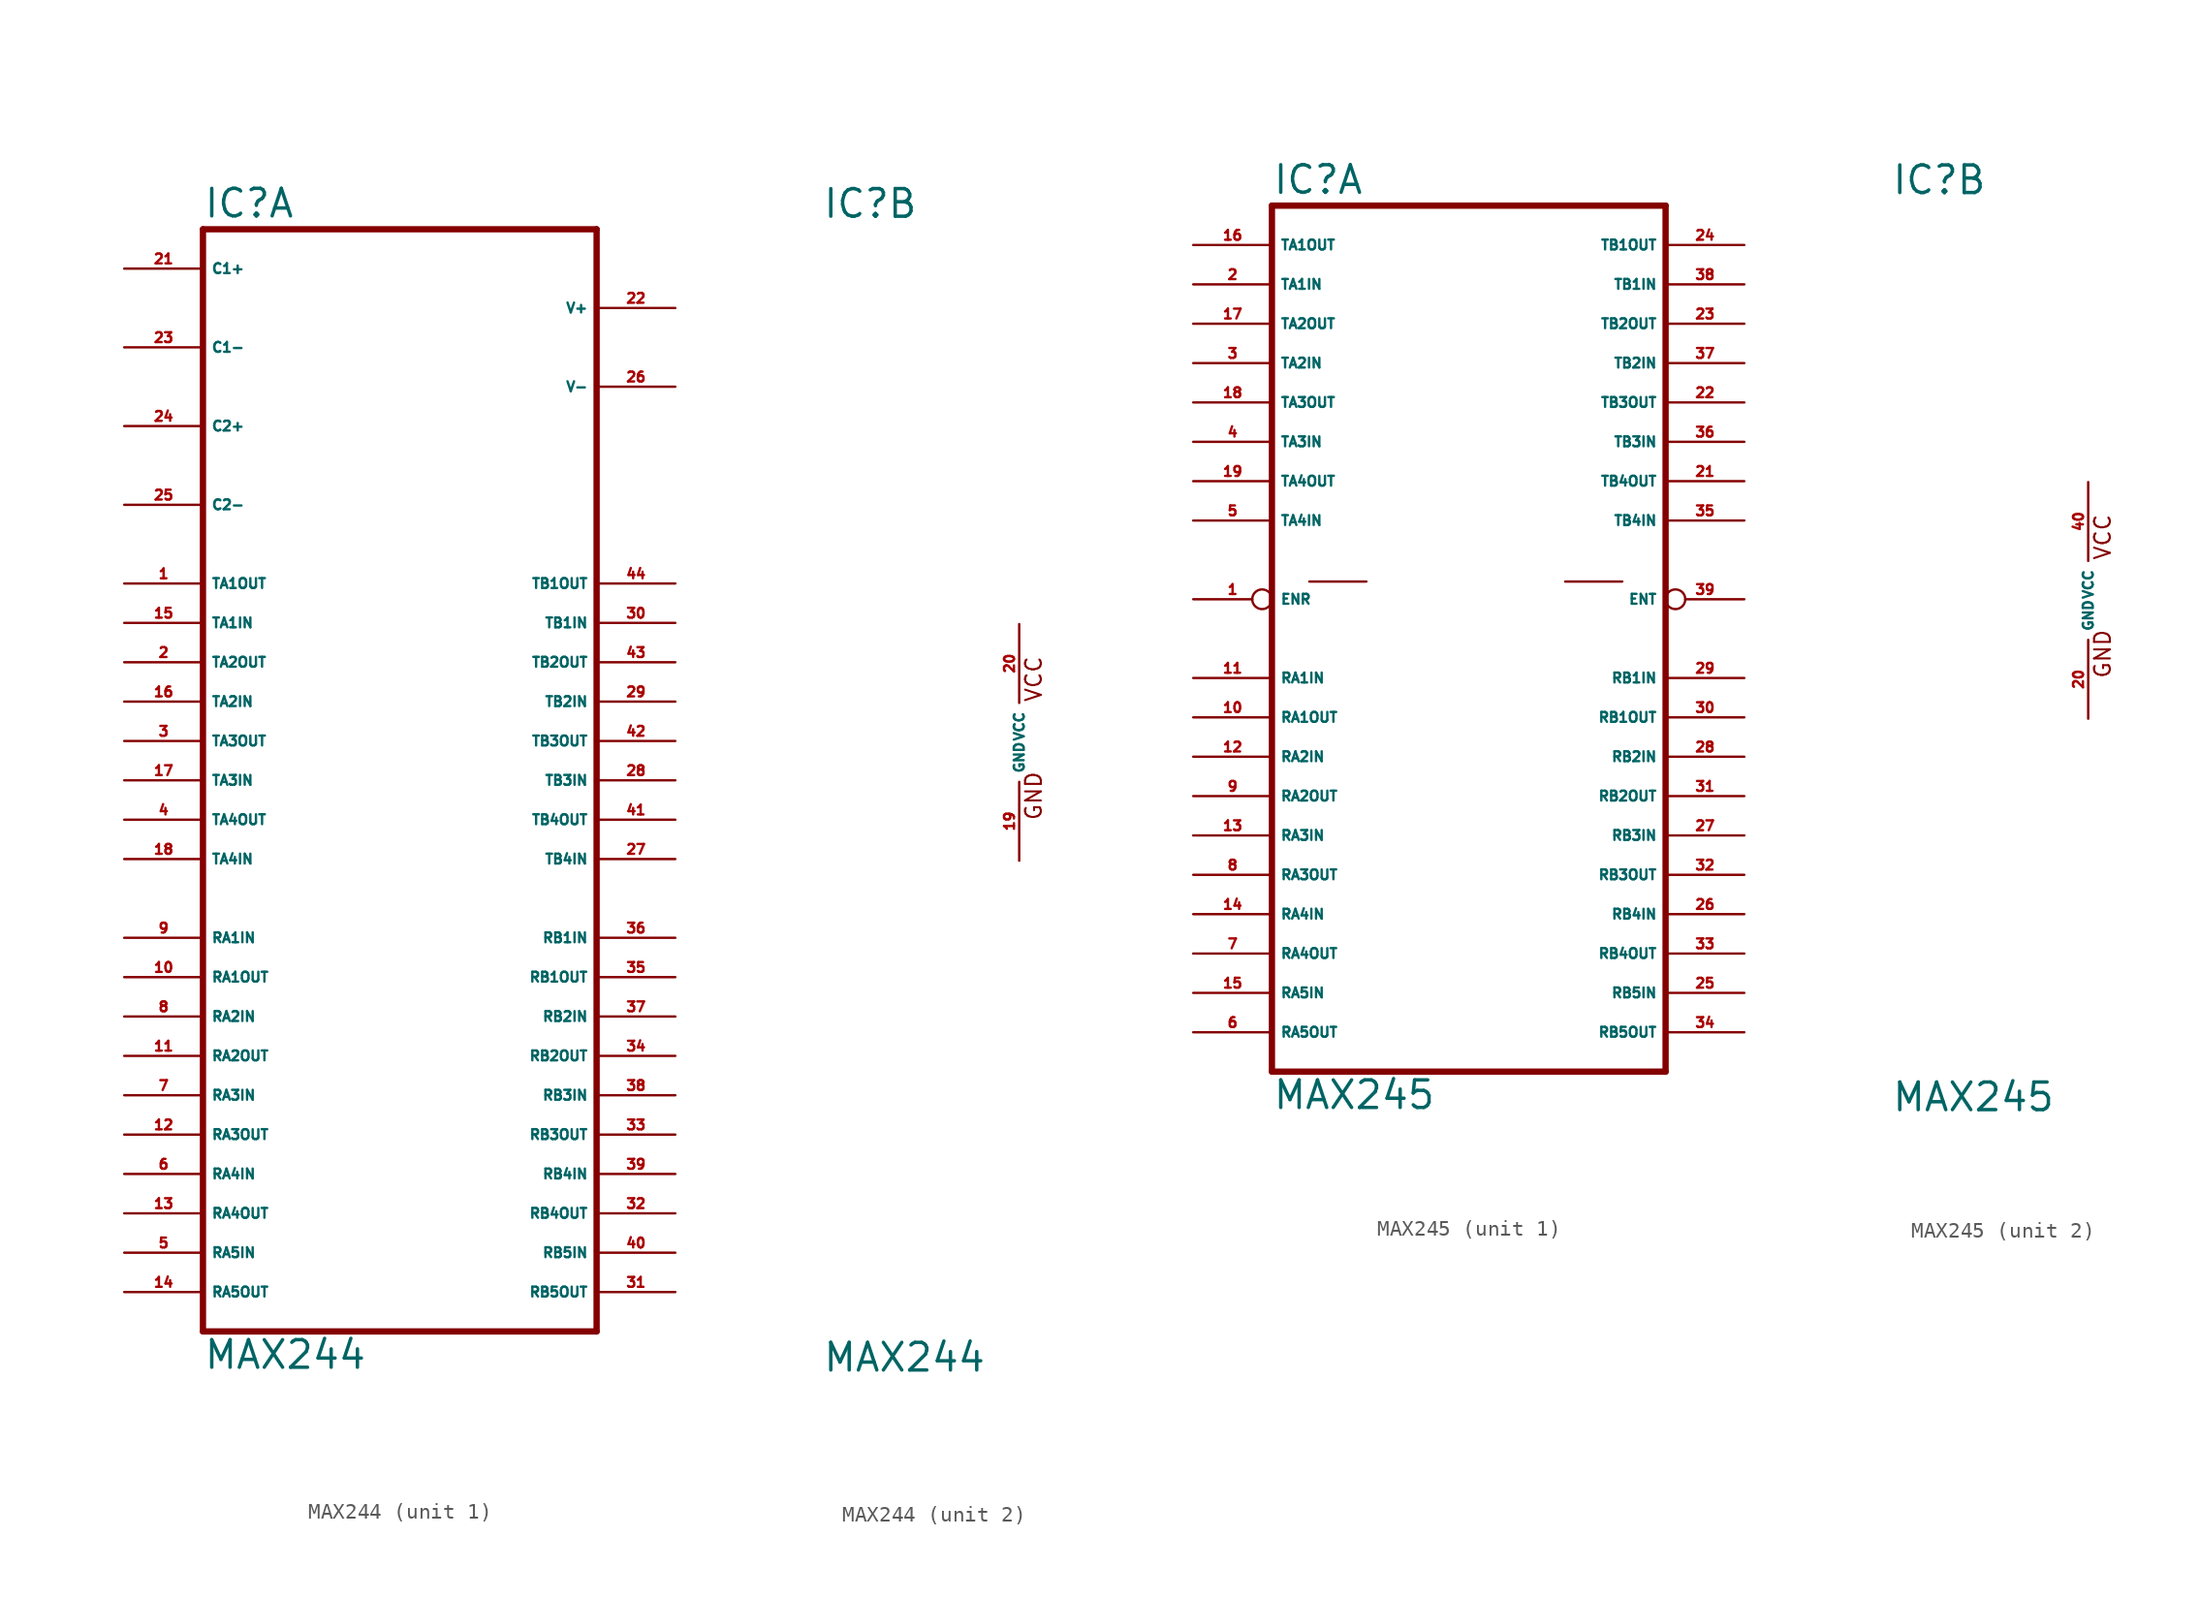
<source format=kicad_sym>
(kicad_symbol_lib
  (version 20220914)
  (generator Eagle2Kicad)
  (symbol "MAX244"
    (property "Reference" "IC"
      (at -12.7 33.655 0)
      (effects (font (size 1.778 1.778) (thickness 0.22)) (justify left bottom)))
    (property "Value" "MAX244"
      (at -12.7 -40.64 0)
      (effects (font (size 1.778 1.778) (thickness 0.22)) (justify left bottom)))
    (symbol "MAX244_1_0"
      (polyline (pts (xy -12.7 33.02) (xy 12.7 33.02)) (stroke (width 0.406) (type default)) (fill (type none)))
      (polyline (pts (xy 12.7 -38.1) (xy 12.7 33.02)) (stroke (width 0.406) (type default)) (fill (type none)))
      (polyline (pts (xy 12.7 -38.1) (xy -12.7 -38.1)) (stroke (width 0.406) (type default)) (fill (type none)))
      (polyline (pts (xy -12.7 33.02) (xy -12.7 -38.1)) (stroke (width 0.406) (type default)) (fill (type none)))
      (pin bidirectional line (at -17.78 30.48 0) (length 5.08) (name "C1+" (effects (font (size 0.635 0.635) (thickness 0.08)) (justify left bottom))) (number "21" (effects (font (size 0.635 0.635) (thickness 0.08)) (justify left bottom))))
      (pin bidirectional line (at -17.78 25.4 0) (length 5.08) (name "C1-" (effects (font (size 0.635 0.635) (thickness 0.08)) (justify left bottom))) (number "23" (effects (font (size 0.635 0.635) (thickness 0.08)) (justify left bottom))))
      (pin bidirectional line (at -17.78 20.32 0) (length 5.08) (name "C2+" (effects (font (size 0.635 0.635) (thickness 0.08)) (justify left bottom))) (number "24" (effects (font (size 0.635 0.635) (thickness 0.08)) (justify left bottom))))
      (pin bidirectional line (at -17.78 15.24 0) (length 5.08) (name "C2-" (effects (font (size 0.635 0.635) (thickness 0.08)) (justify left bottom))) (number "25" (effects (font (size 0.635 0.635) (thickness 0.08)) (justify left bottom))))
      (pin output line (at -17.78 10.16 0) (length 5.08) (name "TA1OUT" (effects (font (size 0.635 0.635) (thickness 0.08)) (justify left bottom))) (number "1" (effects (font (size 0.635 0.635) (thickness 0.08)) (justify left bottom))))
      (pin input line (at -17.78 7.62 0) (length 5.08) (name "TA1IN" (effects (font (size 0.635 0.635) (thickness 0.08)) (justify left bottom))) (number "15" (effects (font (size 0.635 0.635) (thickness 0.08)) (justify left bottom))))
      (pin input line (at -17.78 2.54 0) (length 5.08) (name "TA2IN" (effects (font (size 0.635 0.635) (thickness 0.08)) (justify left bottom))) (number "16" (effects (font (size 0.635 0.635) (thickness 0.08)) (justify left bottom))))
      (pin output line (at -17.78 0 0) (length 5.08) (name "TA3OUT" (effects (font (size 0.635 0.635) (thickness 0.08)) (justify left bottom))) (number "3" (effects (font (size 0.635 0.635) (thickness 0.08)) (justify left bottom))))
      (pin bidirectional line (at 17.78 27.94 180) (length 5.08) (name "V+" (effects (font (size 0.635 0.635) (thickness 0.08)) (justify left bottom))) (number "22" (effects (font (size 0.635 0.635) (thickness 0.08)) (justify left bottom))))
      (pin bidirectional line (at 17.78 22.86 180) (length 5.08) (name "V-" (effects (font (size 0.635 0.635) (thickness 0.08)) (justify left bottom))) (number "26" (effects (font (size 0.635 0.635) (thickness 0.08)) (justify left bottom))))
      (pin output line (at 17.78 10.16 180) (length 5.08) (name "TB1OUT" (effects (font (size 0.635 0.635) (thickness 0.08)) (justify left bottom))) (number "44" (effects (font (size 0.635 0.635) (thickness 0.08)) (justify left bottom))))
      (pin input line (at 17.78 7.62 180) (length 5.08) (name "TB1IN" (effects (font (size 0.635 0.635) (thickness 0.08)) (justify left bottom))) (number "30" (effects (font (size 0.635 0.635) (thickness 0.08)) (justify left bottom))))
      (pin input line (at 17.78 2.54 180) (length 5.08) (name "TB2IN" (effects (font (size 0.635 0.635) (thickness 0.08)) (justify left bottom))) (number "29" (effects (font (size 0.635 0.635) (thickness 0.08)) (justify left bottom))))
      (pin output line (at 17.78 0 180) (length 5.08) (name "TB3OUT" (effects (font (size 0.635 0.635) (thickness 0.08)) (justify left bottom))) (number "42" (effects (font (size 0.635 0.635) (thickness 0.08)) (justify left bottom))))
      (pin output line (at -17.78 5.08 0) (length 5.08) (name "TA2OUT" (effects (font (size 0.635 0.635) (thickness 0.08)) (justify left bottom))) (number "2" (effects (font (size 0.635 0.635) (thickness 0.08)) (justify left bottom))))
      (pin input line (at -17.78 -2.54 0) (length 5.08) (name "TA3IN" (effects (font (size 0.635 0.635) (thickness 0.08)) (justify left bottom))) (number "17" (effects (font (size 0.635 0.635) (thickness 0.08)) (justify left bottom))))
      (pin output line (at -17.78 -5.08 0) (length 5.08) (name "TA4OUT" (effects (font (size 0.635 0.635) (thickness 0.08)) (justify left bottom))) (number "4" (effects (font (size 0.635 0.635) (thickness 0.08)) (justify left bottom))))
      (pin input line (at -17.78 -7.62 0) (length 5.08) (name "TA4IN" (effects (font (size 0.635 0.635) (thickness 0.08)) (justify left bottom))) (number "18" (effects (font (size 0.635 0.635) (thickness 0.08)) (justify left bottom))))
      (pin input line (at -17.78 -12.7 0) (length 5.08) (name "RA1IN" (effects (font (size 0.635 0.635) (thickness 0.08)) (justify left bottom))) (number "9" (effects (font (size 0.635 0.635) (thickness 0.08)) (justify left bottom))))
      (pin output line (at -17.78 -15.24 0) (length 5.08) (name "RA1OUT" (effects (font (size 0.635 0.635) (thickness 0.08)) (justify left bottom))) (number "10" (effects (font (size 0.635 0.635) (thickness 0.08)) (justify left bottom))))
      (pin input line (at -17.78 -17.78 0) (length 5.08) (name "RA2IN" (effects (font (size 0.635 0.635) (thickness 0.08)) (justify left bottom))) (number "8" (effects (font (size 0.635 0.635) (thickness 0.08)) (justify left bottom))))
      (pin output line (at -17.78 -20.32 0) (length 5.08) (name "RA2OUT" (effects (font (size 0.635 0.635) (thickness 0.08)) (justify left bottom))) (number "11" (effects (font (size 0.635 0.635) (thickness 0.08)) (justify left bottom))))
      (pin input line (at -17.78 -22.86 0) (length 5.08) (name "RA3IN" (effects (font (size 0.635 0.635) (thickness 0.08)) (justify left bottom))) (number "7" (effects (font (size 0.635 0.635) (thickness 0.08)) (justify left bottom))))
      (pin output line (at -17.78 -25.4 0) (length 5.08) (name "RA3OUT" (effects (font (size 0.635 0.635) (thickness 0.08)) (justify left bottom))) (number "12" (effects (font (size 0.635 0.635) (thickness 0.08)) (justify left bottom))))
      (pin input line (at -17.78 -27.94 0) (length 5.08) (name "RA4IN" (effects (font (size 0.635 0.635) (thickness 0.08)) (justify left bottom))) (number "6" (effects (font (size 0.635 0.635) (thickness 0.08)) (justify left bottom))))
      (pin output line (at -17.78 -30.48 0) (length 5.08) (name "RA4OUT" (effects (font (size 0.635 0.635) (thickness 0.08)) (justify left bottom))) (number "13" (effects (font (size 0.635 0.635) (thickness 0.08)) (justify left bottom))))
      (pin input line (at -17.78 -33.02 0) (length 5.08) (name "RA5IN" (effects (font (size 0.635 0.635) (thickness 0.08)) (justify left bottom))) (number "5" (effects (font (size 0.635 0.635) (thickness 0.08)) (justify left bottom))))
      (pin output line (at -17.78 -35.56 0) (length 5.08) (name "RA5OUT" (effects (font (size 0.635 0.635) (thickness 0.08)) (justify left bottom))) (number "14" (effects (font (size 0.635 0.635) (thickness 0.08)) (justify left bottom))))
      (pin output line (at 17.78 -35.56 180) (length 5.08) (name "RB5OUT" (effects (font (size 0.635 0.635) (thickness 0.08)) (justify left bottom))) (number "31" (effects (font (size 0.635 0.635) (thickness 0.08)) (justify left bottom))))
      (pin input line (at 17.78 -33.02 180) (length 5.08) (name "RB5IN" (effects (font (size 0.635 0.635) (thickness 0.08)) (justify left bottom))) (number "40" (effects (font (size 0.635 0.635) (thickness 0.08)) (justify left bottom))))
      (pin output line (at 17.78 -30.48 180) (length 5.08) (name "RB4OUT" (effects (font (size 0.635 0.635) (thickness 0.08)) (justify left bottom))) (number "32" (effects (font (size 0.635 0.635) (thickness 0.08)) (justify left bottom))))
      (pin input line (at 17.78 -27.94 180) (length 5.08) (name "RB4IN" (effects (font (size 0.635 0.635) (thickness 0.08)) (justify left bottom))) (number "39" (effects (font (size 0.635 0.635) (thickness 0.08)) (justify left bottom))))
      (pin output line (at 17.78 -25.4 180) (length 5.08) (name "RB3OUT" (effects (font (size 0.635 0.635) (thickness 0.08)) (justify left bottom))) (number "33" (effects (font (size 0.635 0.635) (thickness 0.08)) (justify left bottom))))
      (pin input line (at 17.78 -22.86 180) (length 5.08) (name "RB3IN" (effects (font (size 0.635 0.635) (thickness 0.08)) (justify left bottom))) (number "38" (effects (font (size 0.635 0.635) (thickness 0.08)) (justify left bottom))))
      (pin output line (at 17.78 -20.32 180) (length 5.08) (name "RB2OUT" (effects (font (size 0.635 0.635) (thickness 0.08)) (justify left bottom))) (number "34" (effects (font (size 0.635 0.635) (thickness 0.08)) (justify left bottom))))
      (pin input line (at 17.78 -17.78 180) (length 5.08) (name "RB2IN" (effects (font (size 0.635 0.635) (thickness 0.08)) (justify left bottom))) (number "37" (effects (font (size 0.635 0.635) (thickness 0.08)) (justify left bottom))))
      (pin output line (at 17.78 -15.24 180) (length 5.08) (name "RB1OUT" (effects (font (size 0.635 0.635) (thickness 0.08)) (justify left bottom))) (number "35" (effects (font (size 0.635 0.635) (thickness 0.08)) (justify left bottom))))
      (pin input line (at 17.78 -12.7 180) (length 5.08) (name "RB1IN" (effects (font (size 0.635 0.635) (thickness 0.08)) (justify left bottom))) (number "36" (effects (font (size 0.635 0.635) (thickness 0.08)) (justify left bottom))))
      (pin input line (at 17.78 -7.62 180) (length 5.08) (name "TB4IN" (effects (font (size 0.635 0.635) (thickness 0.08)) (justify left bottom))) (number "27" (effects (font (size 0.635 0.635) (thickness 0.08)) (justify left bottom))))
      (pin output line (at 17.78 -5.08 180) (length 5.08) (name "TB4OUT" (effects (font (size 0.635 0.635) (thickness 0.08)) (justify left bottom))) (number "41" (effects (font (size 0.635 0.635) (thickness 0.08)) (justify left bottom))))
      (pin input line (at 17.78 -2.54 180) (length 5.08) (name "TB3IN" (effects (font (size 0.635 0.635) (thickness 0.08)) (justify left bottom))) (number "28" (effects (font (size 0.635 0.635) (thickness 0.08)) (justify left bottom))))
      (pin output line (at 17.78 5.08 180) (length 5.08) (name "TB2OUT" (effects (font (size 0.635 0.635) (thickness 0.08)) (justify left bottom))) (number "43" (effects (font (size 0.635 0.635) (thickness 0.08)) (justify left bottom)))))
    (symbol "MAX244_2_0"
      (text "GND" (at 1.524 -5.08 900) (effects (font (size 1.016 1.016) (thickness 0.13)) (justify left bottom)))
      (text "VCC" (at 1.524 2.54 900) (effects (font (size 1.016 1.016) (thickness 0.13)) (justify left bottom)))
      (pin unspecified line (at 0 7.62 270) (length 5.08) (name "VCC" (effects (font (size 0.635 0.635) (thickness 0.08)) (justify left bottom))) (number "20" (effects (font (size 0.635 0.635) (thickness 0.08)) (justify left bottom))))
      (pin unspecified line (at 0 -7.62 90) (length 5.08) (name "GND" (effects (font (size 0.635 0.635) (thickness 0.08)) (justify left bottom))) (number "19" (effects (font (size 0.635 0.635) (thickness 0.08)) (justify left bottom))))))
  (symbol "MAX245"
    (property "Reference" "IC"
      (at -12.7 26.035 0)
      (effects (font (size 1.778 1.778) (thickness 0.22)) (justify left bottom)))
    (property "Value" "MAX245"
      (at -12.7 -33.02 0)
      (effects (font (size 1.778 1.778) (thickness 0.22)) (justify left bottom)))
    (symbol "MAX245_1_0"
      (polyline (pts (xy -12.7 25.4) (xy 12.7 25.4)) (stroke (width 0.406) (type default)) (fill (type none)))
      (polyline (pts (xy 12.7 -30.48) (xy 12.7 25.4)) (stroke (width 0.406) (type default)) (fill (type none)))
      (polyline (pts (xy 12.7 -30.48) (xy -12.7 -30.48)) (stroke (width 0.406) (type default)) (fill (type none)))
      (polyline (pts (xy -12.7 25.4) (xy -12.7 -30.48)) (stroke (width 0.406) (type default)) (fill (type none)))
      (polyline (pts (xy -10.287 1.143) (xy -6.604 1.143)) (stroke (width 0.152) (type default)) (fill (type none)))
      (polyline (pts (xy 6.223 1.143) (xy 9.906 1.143)) (stroke (width 0.152) (type default)) (fill (type none)))
      (pin passive inverted (at -17.78 0 0) (length 5.08) (name "ENR" (effects (font (size 0.635 0.635) (thickness 0.08)) (justify left bottom))) (number "1" (effects (font (size 0.635 0.635) (thickness 0.08)) (justify left bottom))))
      (pin output line (at -17.78 22.86 0) (length 5.08) (name "TA1OUT" (effects (font (size 0.635 0.635) (thickness 0.08)) (justify left bottom))) (number "16" (effects (font (size 0.635 0.635) (thickness 0.08)) (justify left bottom))))
      (pin input line (at -17.78 20.32 0) (length 5.08) (name "TA1IN" (effects (font (size 0.635 0.635) (thickness 0.08)) (justify left bottom))) (number "2" (effects (font (size 0.635 0.635) (thickness 0.08)) (justify left bottom))))
      (pin input line (at -17.78 15.24 0) (length 5.08) (name "TA2IN" (effects (font (size 0.635 0.635) (thickness 0.08)) (justify left bottom))) (number "3" (effects (font (size 0.635 0.635) (thickness 0.08)) (justify left bottom))))
      (pin output line (at -17.78 12.7 0) (length 5.08) (name "TA3OUT" (effects (font (size 0.635 0.635) (thickness 0.08)) (justify left bottom))) (number "18" (effects (font (size 0.635 0.635) (thickness 0.08)) (justify left bottom))))
      (pin passive inverted (at 17.78 0 180) (length 5.08) (name "ENT" (effects (font (size 0.635 0.635) (thickness 0.08)) (justify left bottom))) (number "39" (effects (font (size 0.635 0.635) (thickness 0.08)) (justify left bottom))))
      (pin output line (at 17.78 22.86 180) (length 5.08) (name "TB1OUT" (effects (font (size 0.635 0.635) (thickness 0.08)) (justify left bottom))) (number "24" (effects (font (size 0.635 0.635) (thickness 0.08)) (justify left bottom))))
      (pin input line (at 17.78 20.32 180) (length 5.08) (name "TB1IN" (effects (font (size 0.635 0.635) (thickness 0.08)) (justify left bottom))) (number "38" (effects (font (size 0.635 0.635) (thickness 0.08)) (justify left bottom))))
      (pin input line (at 17.78 15.24 180) (length 5.08) (name "TB2IN" (effects (font (size 0.635 0.635) (thickness 0.08)) (justify left bottom))) (number "37" (effects (font (size 0.635 0.635) (thickness 0.08)) (justify left bottom))))
      (pin output line (at 17.78 12.7 180) (length 5.08) (name "TB3OUT" (effects (font (size 0.635 0.635) (thickness 0.08)) (justify left bottom))) (number "22" (effects (font (size 0.635 0.635) (thickness 0.08)) (justify left bottom))))
      (pin output line (at -17.78 17.78 0) (length 5.08) (name "TA2OUT" (effects (font (size 0.635 0.635) (thickness 0.08)) (justify left bottom))) (number "17" (effects (font (size 0.635 0.635) (thickness 0.08)) (justify left bottom))))
      (pin input line (at -17.78 10.16 0) (length 5.08) (name "TA3IN" (effects (font (size 0.635 0.635) (thickness 0.08)) (justify left bottom))) (number "4" (effects (font (size 0.635 0.635) (thickness 0.08)) (justify left bottom))))
      (pin output line (at -17.78 7.62 0) (length 5.08) (name "TA4OUT" (effects (font (size 0.635 0.635) (thickness 0.08)) (justify left bottom))) (number "19" (effects (font (size 0.635 0.635) (thickness 0.08)) (justify left bottom))))
      (pin input line (at -17.78 5.08 0) (length 5.08) (name "TA4IN" (effects (font (size 0.635 0.635) (thickness 0.08)) (justify left bottom))) (number "5" (effects (font (size 0.635 0.635) (thickness 0.08)) (justify left bottom))))
      (pin input line (at -17.78 -5.08 0) (length 5.08) (name "RA1IN" (effects (font (size 0.635 0.635) (thickness 0.08)) (justify left bottom))) (number "11" (effects (font (size 0.635 0.635) (thickness 0.08)) (justify left bottom))))
      (pin output line (at -17.78 -7.62 0) (length 5.08) (name "RA1OUT" (effects (font (size 0.635 0.635) (thickness 0.08)) (justify left bottom))) (number "10" (effects (font (size 0.635 0.635) (thickness 0.08)) (justify left bottom))))
      (pin input line (at -17.78 -10.16 0) (length 5.08) (name "RA2IN" (effects (font (size 0.635 0.635) (thickness 0.08)) (justify left bottom))) (number "12" (effects (font (size 0.635 0.635) (thickness 0.08)) (justify left bottom))))
      (pin output line (at -17.78 -12.7 0) (length 5.08) (name "RA2OUT" (effects (font (size 0.635 0.635) (thickness 0.08)) (justify left bottom))) (number "9" (effects (font (size 0.635 0.635) (thickness 0.08)) (justify left bottom))))
      (pin input line (at -17.78 -15.24 0) (length 5.08) (name "RA3IN" (effects (font (size 0.635 0.635) (thickness 0.08)) (justify left bottom))) (number "13" (effects (font (size 0.635 0.635) (thickness 0.08)) (justify left bottom))))
      (pin output line (at -17.78 -17.78 0) (length 5.08) (name "RA3OUT" (effects (font (size 0.635 0.635) (thickness 0.08)) (justify left bottom))) (number "8" (effects (font (size 0.635 0.635) (thickness 0.08)) (justify left bottom))))
      (pin input line (at -17.78 -20.32 0) (length 5.08) (name "RA4IN" (effects (font (size 0.635 0.635) (thickness 0.08)) (justify left bottom))) (number "14" (effects (font (size 0.635 0.635) (thickness 0.08)) (justify left bottom))))
      (pin output line (at -17.78 -22.86 0) (length 5.08) (name "RA4OUT" (effects (font (size 0.635 0.635) (thickness 0.08)) (justify left bottom))) (number "7" (effects (font (size 0.635 0.635) (thickness 0.08)) (justify left bottom))))
      (pin input line (at -17.78 -25.4 0) (length 5.08) (name "RA5IN" (effects (font (size 0.635 0.635) (thickness 0.08)) (justify left bottom))) (number "15" (effects (font (size 0.635 0.635) (thickness 0.08)) (justify left bottom))))
      (pin output line (at -17.78 -27.94 0) (length 5.08) (name "RA5OUT" (effects (font (size 0.635 0.635) (thickness 0.08)) (justify left bottom))) (number "6" (effects (font (size 0.635 0.635) (thickness 0.08)) (justify left bottom))))
      (pin output line (at 17.78 -27.94 180) (length 5.08) (name "RB5OUT" (effects (font (size 0.635 0.635) (thickness 0.08)) (justify left bottom))) (number "34" (effects (font (size 0.635 0.635) (thickness 0.08)) (justify left bottom))))
      (pin input line (at 17.78 -25.4 180) (length 5.08) (name "RB5IN" (effects (font (size 0.635 0.635) (thickness 0.08)) (justify left bottom))) (number "25" (effects (font (size 0.635 0.635) (thickness 0.08)) (justify left bottom))))
      (pin output line (at 17.78 -22.86 180) (length 5.08) (name "RB4OUT" (effects (font (size 0.635 0.635) (thickness 0.08)) (justify left bottom))) (number "33" (effects (font (size 0.635 0.635) (thickness 0.08)) (justify left bottom))))
      (pin input line (at 17.78 -20.32 180) (length 5.08) (name "RB4IN" (effects (font (size 0.635 0.635) (thickness 0.08)) (justify left bottom))) (number "26" (effects (font (size 0.635 0.635) (thickness 0.08)) (justify left bottom))))
      (pin output line (at 17.78 -17.78 180) (length 5.08) (name "RB3OUT" (effects (font (size 0.635 0.635) (thickness 0.08)) (justify left bottom))) (number "32" (effects (font (size 0.635 0.635) (thickness 0.08)) (justify left bottom))))
      (pin input line (at 17.78 -15.24 180) (length 5.08) (name "RB3IN" (effects (font (size 0.635 0.635) (thickness 0.08)) (justify left bottom))) (number "27" (effects (font (size 0.635 0.635) (thickness 0.08)) (justify left bottom))))
      (pin output line (at 17.78 -12.7 180) (length 5.08) (name "RB2OUT" (effects (font (size 0.635 0.635) (thickness 0.08)) (justify left bottom))) (number "31" (effects (font (size 0.635 0.635) (thickness 0.08)) (justify left bottom))))
      (pin input line (at 17.78 -10.16 180) (length 5.08) (name "RB2IN" (effects (font (size 0.635 0.635) (thickness 0.08)) (justify left bottom))) (number "28" (effects (font (size 0.635 0.635) (thickness 0.08)) (justify left bottom))))
      (pin output line (at 17.78 -7.62 180) (length 5.08) (name "RB1OUT" (effects (font (size 0.635 0.635) (thickness 0.08)) (justify left bottom))) (number "30" (effects (font (size 0.635 0.635) (thickness 0.08)) (justify left bottom))))
      (pin input line (at 17.78 -5.08 180) (length 5.08) (name "RB1IN" (effects (font (size 0.635 0.635) (thickness 0.08)) (justify left bottom))) (number "29" (effects (font (size 0.635 0.635) (thickness 0.08)) (justify left bottom))))
      (pin input line (at 17.78 5.08 180) (length 5.08) (name "TB4IN" (effects (font (size 0.635 0.635) (thickness 0.08)) (justify left bottom))) (number "35" (effects (font (size 0.635 0.635) (thickness 0.08)) (justify left bottom))))
      (pin output line (at 17.78 7.62 180) (length 5.08) (name "TB4OUT" (effects (font (size 0.635 0.635) (thickness 0.08)) (justify left bottom))) (number "21" (effects (font (size 0.635 0.635) (thickness 0.08)) (justify left bottom))))
      (pin input line (at 17.78 10.16 180) (length 5.08) (name "TB3IN" (effects (font (size 0.635 0.635) (thickness 0.08)) (justify left bottom))) (number "36" (effects (font (size 0.635 0.635) (thickness 0.08)) (justify left bottom))))
      (pin output line (at 17.78 17.78 180) (length 5.08) (name "TB2OUT" (effects (font (size 0.635 0.635) (thickness 0.08)) (justify left bottom))) (number "23" (effects (font (size 0.635 0.635) (thickness 0.08)) (justify left bottom)))))
    (symbol "MAX245_2_0"
      (text "GND" (at 1.524 -5.08 900) (effects (font (size 1.016 1.016) (thickness 0.13)) (justify left bottom)))
      (text "VCC" (at 1.524 2.54 900) (effects (font (size 1.016 1.016) (thickness 0.13)) (justify left bottom)))
      (pin unspecified line (at 0 7.62 270) (length 5.08) (name "VCC" (effects (font (size 0.635 0.635) (thickness 0.08)) (justify left bottom))) (number "40" (effects (font (size 0.635 0.635) (thickness 0.08)) (justify left bottom))))
      (pin unspecified line (at 0 -7.62 90) (length 5.08) (name "GND" (effects (font (size 0.635 0.635) (thickness 0.08)) (justify left bottom))) (number "20" (effects (font (size 0.635 0.635) (thickness 0.08)) (justify left bottom)))))))
</source>
